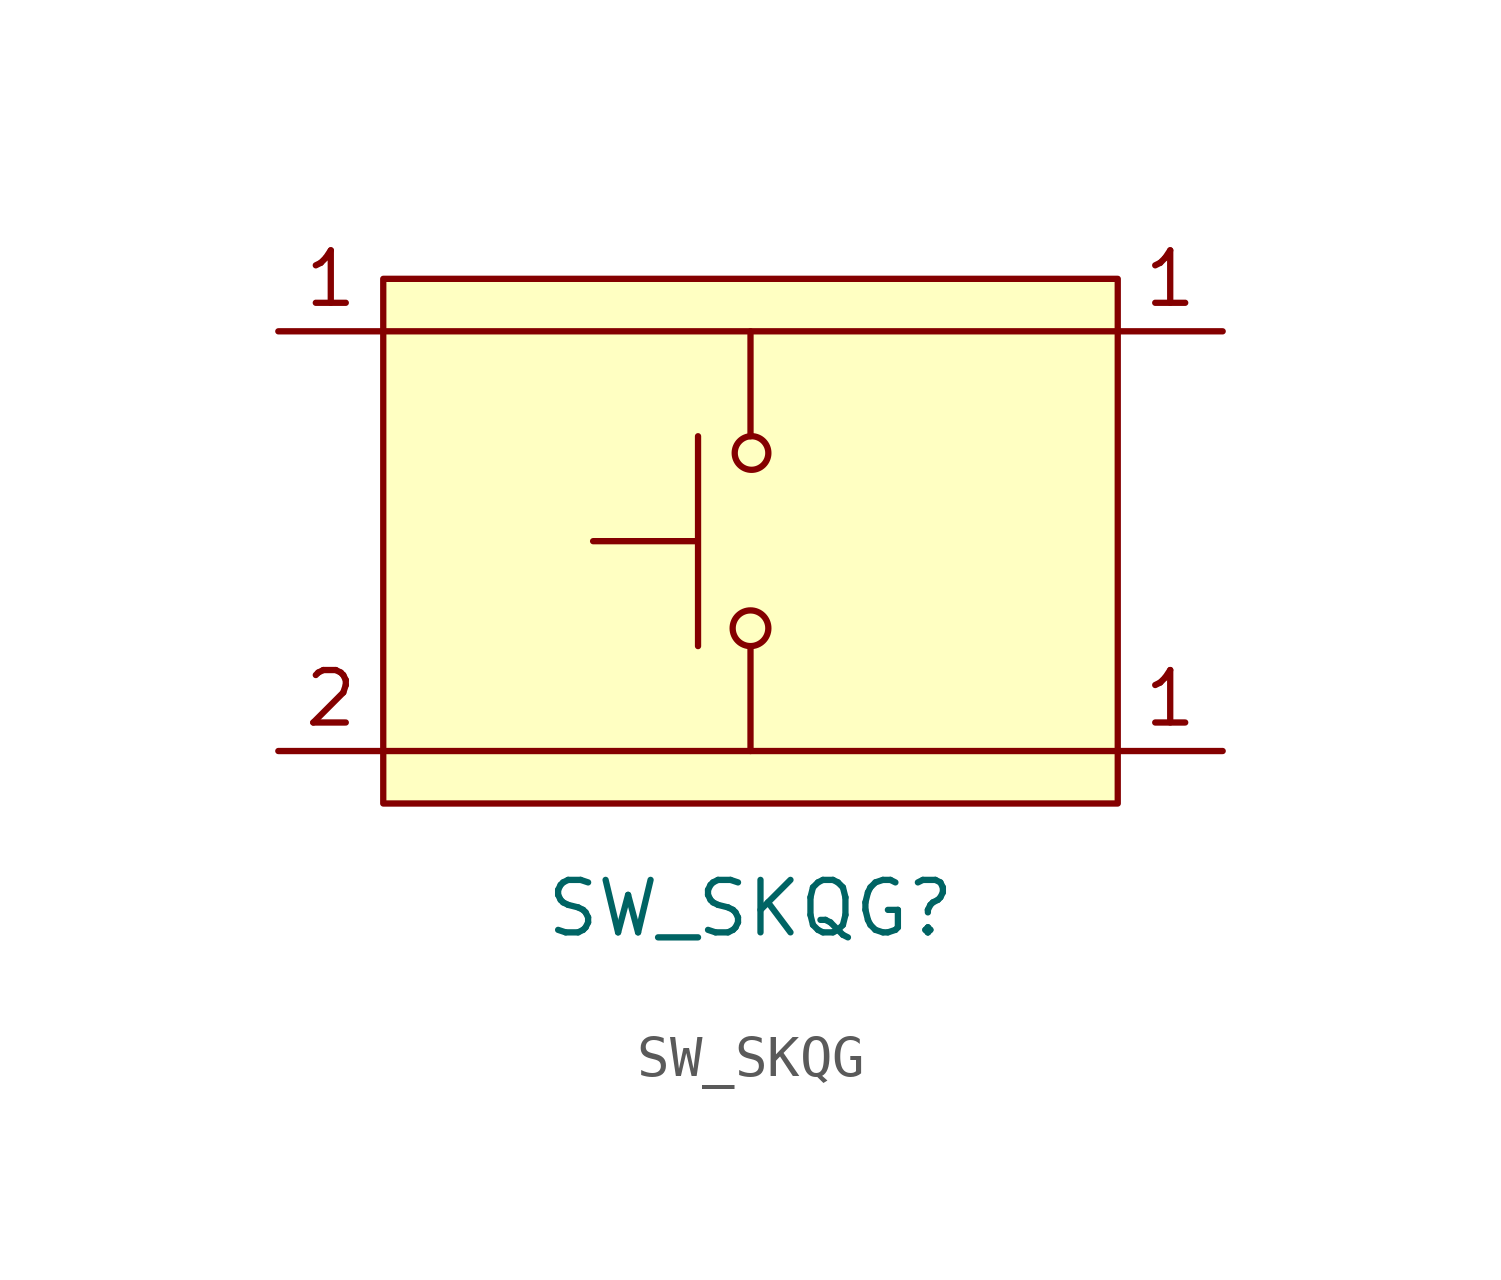
<source format=kicad_sym>
(kicad_symbol_lib
  (version 20220914)
  (generator kicad_symbol_editor)
  (symbol "SW_SKQG"
    (property "Reference" "SW_SKQG"
      (at 0 -8.89 0)
      (effects (font (size 1.27 1.27))))
    (property "Value" ""
      (at 0 -2.54 0)
      (effects (font (size 1.27 1.27))))
    (symbol "SW_SKQG_1_1"
      (rectangle (start -8.89 6.35) (end 8.89 -6.35) (stroke (width 0) (type default)) (fill (type background)))
      (circle (center 0 -2.108) (radius 0.432) (stroke (width 0) (type default)) (fill (type none)))
      (polyline (pts (xy -8.89 -5.08) (xy 8.89 -5.08)) (stroke (width 0) (type default)) (fill (type none)))
      (polyline (pts (xy 0 -5.08) (xy 0 -2.54)) (stroke (width 0) (type default)) (fill (type none)))
      (polyline (pts (xy 0 5.08) (xy 0 2.54)) (stroke (width 0) (type default)) (fill (type none)))
      (polyline (pts (xy 8.89 5.08) (xy -8.89 5.08)) (stroke (width 0) (type default)) (fill (type none)))
      (polyline (pts (xy -3.81 0) (xy -1.27 0) (xy -1.27 2.54) (xy -1.27 -2.54)) (stroke (width 0) (type default)) (fill (type none)))
      (circle (center 0.025 2.134) (radius 0.407) (stroke (width 0) (type default)) (fill (type none)))
      (text "1" (at -10.16 6.35 0) (effects (font (size 1.27 1.27))))
      (text "1" (at 10.16 -3.81 0) (effects (font (size 1.27 1.27))))
      (text "1" (at 10.16 6.35 0) (effects (font (size 1.27 1.27))))
      (text "2" (at -10.16 -3.81 0) (effects (font (size 1.27 1.27))))
      (pin passive line (at -11.43 -5.08 0) (length 2.54) (name "" (effects (font (size 1.27 1.27)))) (number "" (effects (font (size 1.27 1.27)))))
      (pin passive line (at -11.43 5.08 0) (length 2.54) (name "" (effects (font (size 1.27 1.27)))) (number "" (effects (font (size 1.27 1.27)))))
      (pin passive line (at 11.43 -5.08 180) (length 2.54) (name "" (effects (font (size 1.27 1.27)))) (number "" (effects (font (size 1.27 1.27)))))
      (pin passive line (at 11.43 5.08 180) (length 2.54) (name "" (effects (font (size 1.27 1.27)))) (number "" (effects (font (size 1.27 1.27))))))))
</source>
